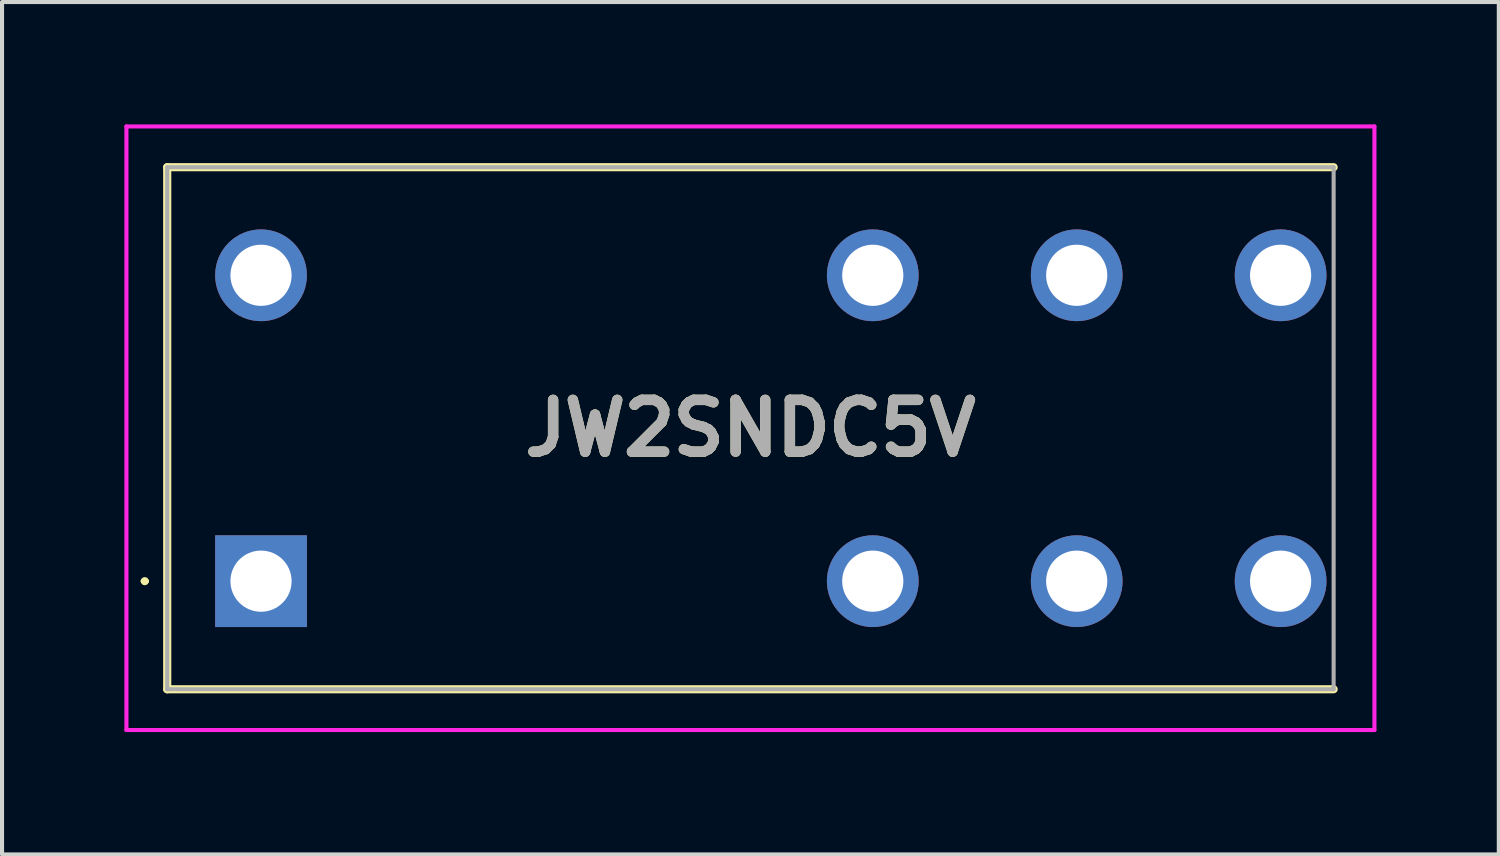
<source format=kicad_pcb>
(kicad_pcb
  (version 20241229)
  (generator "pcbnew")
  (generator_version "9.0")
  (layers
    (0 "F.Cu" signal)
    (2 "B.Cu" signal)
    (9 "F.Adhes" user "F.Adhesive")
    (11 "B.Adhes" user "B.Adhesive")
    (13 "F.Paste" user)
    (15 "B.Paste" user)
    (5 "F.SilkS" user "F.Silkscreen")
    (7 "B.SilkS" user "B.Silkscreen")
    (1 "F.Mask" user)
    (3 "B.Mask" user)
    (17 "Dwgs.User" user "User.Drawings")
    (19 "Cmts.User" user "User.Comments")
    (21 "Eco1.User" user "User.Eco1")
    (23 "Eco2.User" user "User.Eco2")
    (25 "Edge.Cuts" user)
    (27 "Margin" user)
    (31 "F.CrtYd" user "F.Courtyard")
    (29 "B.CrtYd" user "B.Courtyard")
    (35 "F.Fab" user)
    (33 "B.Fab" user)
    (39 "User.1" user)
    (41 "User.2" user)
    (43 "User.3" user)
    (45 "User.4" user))
  (footprint "JW2SNDC5V"
    (layer "F.Cu")
    (at 3.35 11.2)
    (property "Reference" "JW2SNDC5V" (at 12 -3.75 0) (layer "F.SilkS") (effects (font (size 1.27 1.27) (thickness 0.254))))
    (attr through_hole)
    (fp_line (start -2.9 0) (end -2.9 0) (stroke (width 0.1) (type solid)) (layer "F.SilkS"))
    (fp_line (start -2.8 0) (end -2.8 0) (stroke (width 0.1) (type solid)) (layer "F.SilkS"))
    (fp_line (start -2.3 -10.15) (end -2.3 2.65) (stroke (width 0.2) (type solid)) (layer "F.SilkS"))
    (fp_line (start -2.3 2.65) (end 26.3 2.65) (stroke (width 0.2) (type solid)) (layer "F.SilkS"))
    (fp_line (start 26.3 -10.15) (end -2.3 -10.15) (stroke (width 0.2) (type solid)) (layer "F.SilkS"))
    (fp_arc (start -2.9 0) (mid -2.85 -0.05) (end -2.8 0) (stroke (width 0.1) (type solid)) (layer "F.SilkS"))
    (fp_arc (start -2.8 0) (mid -2.85 0.05) (end -2.9 0) (stroke (width 0.1) (type solid)) (layer "F.SilkS"))
    (fp_line (start -3.3 -11.15) (end 27.3 -11.15) (stroke (width 0.1) (type solid)) (layer "F.CrtYd"))
    (fp_line (start -3.3 3.65) (end -3.3 -11.15) (stroke (width 0.1) (type solid)) (layer "F.CrtYd"))
    (fp_line (start 27.3 -11.15) (end 27.3 3.65) (stroke (width 0.1) (type solid)) (layer "F.CrtYd"))
    (fp_line (start 27.3 3.65) (end -3.3 3.65) (stroke (width 0.1) (type solid)) (layer "F.CrtYd"))
    (fp_line (start -2.3 -10.15) (end 26.3 -10.15) (stroke (width 0.1) (type solid)) (layer "F.Fab"))
    (fp_line (start -2.3 2.65) (end -2.3 -10.15) (stroke (width 0.1) (type solid)) (layer "F.Fab"))
    (fp_line (start 26.3 -10.15) (end 26.3 2.65) (stroke (width 0.1) (type solid)) (layer "F.Fab"))
    (fp_line (start 26.3 2.65) (end -2.3 2.65) (stroke (width 0.1) (type solid)) (layer "F.Fab"))
    (fp_text user "${REFERENCE}" (at 12 -3.75 0) (layer "F.Fab") (effects (font (size 1.27 1.27) (thickness 0.254))))
    (pad "1" thru_hole rect (at 0 0) (size 2.25 2.25) (drill 1.5) (layers "*.Cu" "*.Mask"))
    (pad "2" thru_hole circle (at 15 0) (size 2.25 2.25) (drill 1.5) (layers "*.Cu" "*.Mask"))
    (pad "3" thru_hole circle (at 20 0) (size 2.25 2.25) (drill 1.5) (layers "*.Cu" "*.Mask"))
    (pad "4" thru_hole circle (at 25 0) (size 2.25 2.25) (drill 1.5) (layers "*.Cu" "*.Mask"))
    (pad "5" thru_hole circle (at 25 -7.5) (size 2.25 2.25) (drill 1.5) (layers "*.Cu" "*.Mask"))
    (pad "6" thru_hole circle (at 20 -7.5) (size 2.25 2.25) (drill 1.5) (layers "*.Cu" "*.Mask"))
    (pad "7" thru_hole circle (at 15 -7.5) (size 2.25 2.25) (drill 1.5) (layers "*.Cu" "*.Mask"))
    (pad "8" thru_hole circle (at 0 -7.5) (size 2.25 2.25) (drill 1.5) (layers "*.Cu" "*.Mask")))
  (gr_rect
    (start -3 -3)
    (end 33.7 17.9)
    (stroke (width 0.1) (type default))
    (fill no)
    (layer "Edge.Cuts")))
</source>
